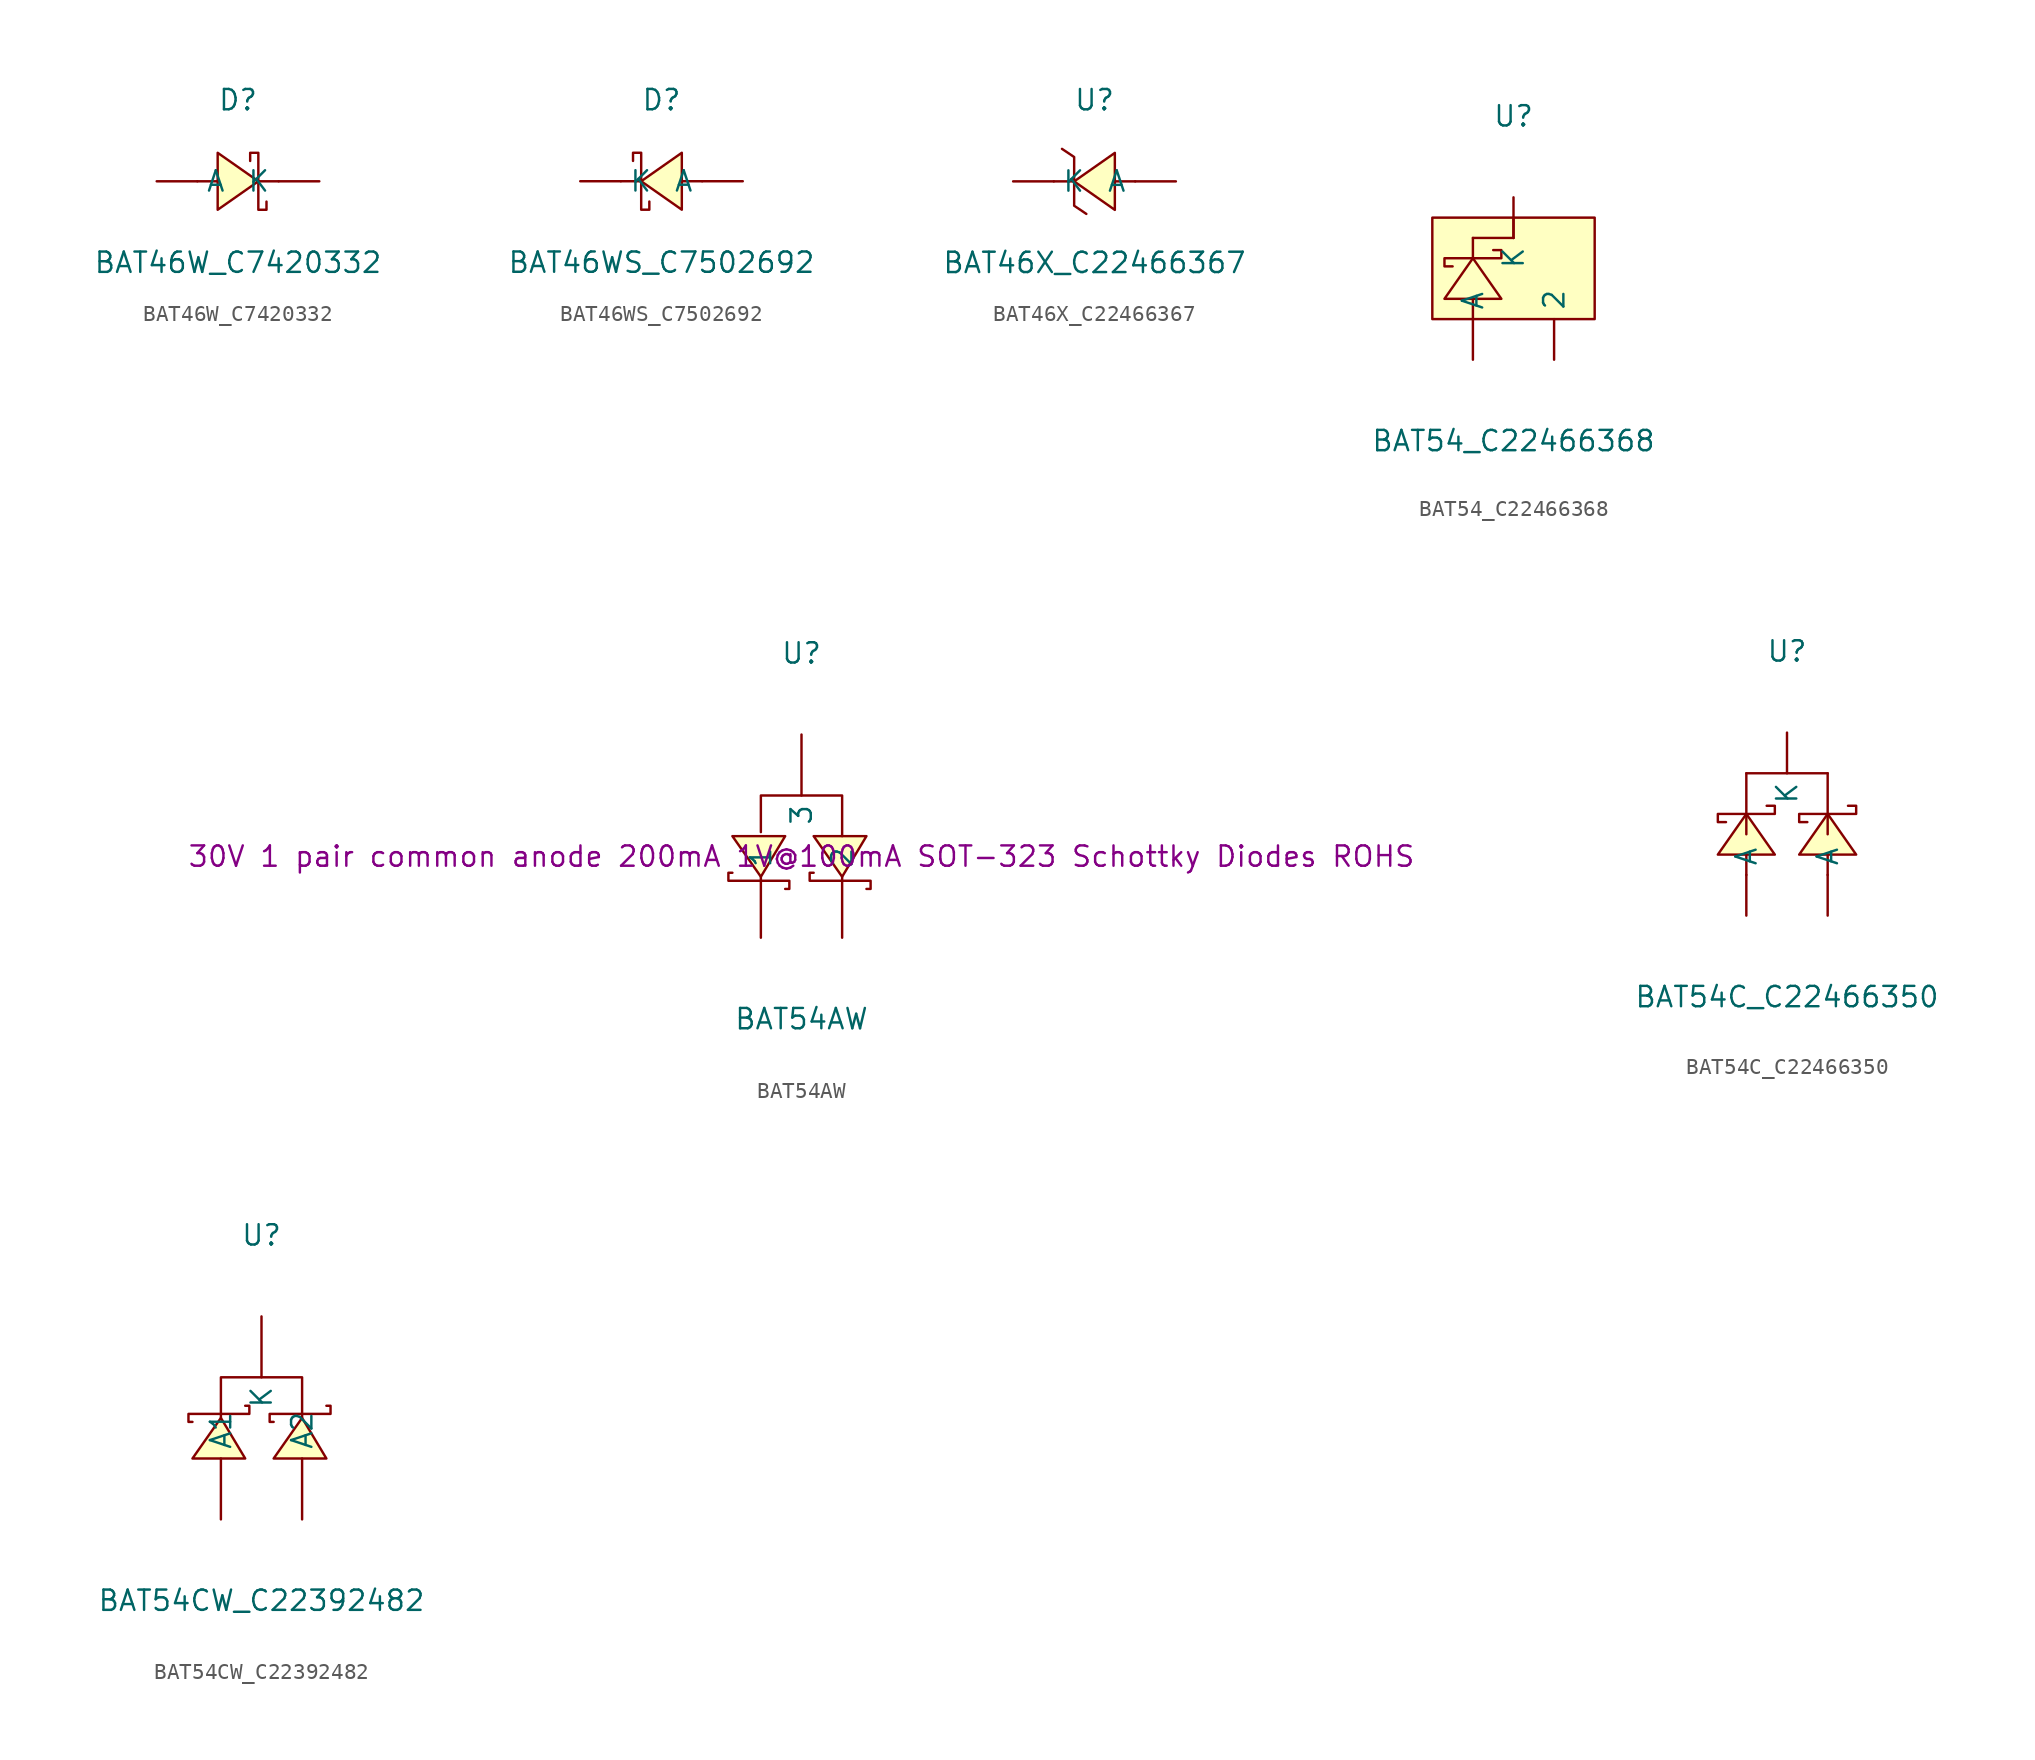
<source format=kicad_sym>
(kicad_symbol_lib
  (version 20241209)
  (generator "kicad_symbol_editor")
  (generator_version "9.0")
  (symbol "BAT46W_C7420332"
    (pin_numbers
      (hide yes))
    (property "Reference" "D"
      (at 0 5.08 0)
      (effects (font (size 1.27 1.27))))
    (property "Value" "BAT46W_C7420332"
      (at 0 -5.08 0)
      (effects (font (size 1.27 1.27))))
    (symbol "BAT46W_C7420332_0_1"
      (polyline (pts (xy -2.54 0) (xy -1.27 0)) (stroke (width 0) (type default)) (fill (type none)))
      (polyline (pts (xy -1.27 -1.78) (xy 1.27 0) (xy -1.27 1.78) (xy -1.27 -1.78)) (stroke (width 0) (type default)) (fill (type background)))
      (polyline (pts (xy 1.27 0) (xy 2.54 0)) (stroke (width 0) (type default)) (fill (type none)))
      (polyline (pts (xy 1.78 -1.27) (xy 1.78 -1.78) (xy 1.27 -1.78) (xy 1.27 1.78) (xy 0.76 1.78) (xy 0.76 1.27)) (stroke (width 0) (type default)) (fill (type none)))
      (pin unspecified line (at -5.08 0 0) (length 2.54) (name "A" (effects (font (size 1.27 1.27)))) (number "1" (effects (font (size 1.27 1.27)))))
      (pin unspecified line (at 5.08 0 180) (length 2.54) (name "K" (effects (font (size 1.27 1.27)))) (number "2" (effects (font (size 1.27 1.27)))))))
  (symbol "BAT46WS_C7502692"
    (pin_numbers
      (hide yes))
    (property "Reference" "D"
      (at 0 5.08 0)
      (effects (font (size 1.27 1.27))))
    (property "Value" "BAT46WS_C7502692"
      (at 0 -5.08 0)
      (effects (font (size 1.27 1.27))))
    (symbol "BAT46WS_C7502692_0_1"
      (polyline (pts (xy -1.78 1.27) (xy -1.78 1.78) (xy -1.27 1.78) (xy -1.27 -1.78) (xy -0.76 -1.78) (xy -0.76 -1.27)) (stroke (width 0) (type default)) (fill (type none)))
      (polyline (pts (xy -1.27 0) (xy -2.54 0)) (stroke (width 0) (type default)) (fill (type none)))
      (polyline (pts (xy 1.27 1.78) (xy -1.27 0) (xy 1.27 -1.78) (xy 1.27 1.78)) (stroke (width 0) (type default)) (fill (type background)))
      (polyline (pts (xy 2.54 0) (xy 1.27 0)) (stroke (width 0) (type default)) (fill (type none)))
      (pin unspecified line (at -5.08 0 0) (length 2.54) (name "K" (effects (font (size 1.27 1.27)))) (number "1" (effects (font (size 1.27 1.27)))))
      (pin unspecified line (at 5.08 0 180) (length 2.54) (name "A" (effects (font (size 1.27 1.27)))) (number "2" (effects (font (size 1.27 1.27)))))))
  (symbol "BAT46X_C22466367"
    (pin_numbers
      (hide yes))
    (property "Reference" "U"
      (at 0 5.08 0)
      (effects (font (size 1.27 1.27))))
    (property "Value" "BAT46X_C22466367"
      (at 0 -5.08 0)
      (effects (font (size 1.27 1.27))))
    (symbol "BAT46X_C22466367_0_1"
      (polyline (pts (xy -2.03 2.03) (xy -1.27 1.52) (xy -1.27 -1.52) (xy -0.51 -2.03)) (stroke (width 0) (type default)) (fill (type none)))
      (polyline (pts (xy -1.27 0) (xy -2.54 0)) (stroke (width 0) (type default)) (fill (type none)))
      (polyline (pts (xy 1.27 1.78) (xy -1.27 0) (xy 1.27 -1.78) (xy 1.27 1.78)) (stroke (width 0) (type default)) (fill (type background)))
      (polyline (pts (xy 2.54 0) (xy 1.27 0)) (stroke (width 0) (type default)) (fill (type none)))
      (pin unspecified line (at -5.08 0 0) (length 2.54) (name "K" (effects (font (size 1.27 1.27)))) (number "1" (effects (font (size 1.27 1.27)))))
      (pin unspecified line (at 5.08 0 180) (length 2.54) (name "A" (effects (font (size 1.27 1.27)))) (number "2" (effects (font (size 1.27 1.27)))))))
  (symbol "BAT54_C22466368"
    (pin_numbers
      (hide yes))
    (property "Reference" "U"
      (at 0 10.16 0)
      (effects (font (size 1.27 1.27))))
    (property "Value" "BAT54_C22466368"
      (at 0 -10.16 0)
      (effects (font (size 1.27 1.27))))
    (symbol "BAT54_C22466368_0_1"
      (rectangle (start -5.08 3.81) (end 5.08 -2.54) (stroke (width 0) (type default)) (fill (type background)))
      (polyline (pts (xy -2.54 2.54) (xy 0 2.54)) (stroke (width 0) (type default)) (fill (type none)))
      (polyline (pts (xy -2.54 1.27) (xy -2.54 2.54)) (stroke (width 0) (type default)) (fill (type none)))
      (polyline (pts (xy -2.54 -2.54) (xy -2.54 -1.27)) (stroke (width 0) (type default)) (fill (type none)))
      (polyline (pts (xy -1.27 1.78) (xy -0.76 1.78) (xy -0.76 1.27) (xy -4.32 1.27) (xy -4.32 0.76) (xy -3.81 0.76)) (stroke (width 0) (type default)) (fill (type none)))
      (polyline (pts (xy -0.76 -1.27) (xy -2.54 1.27) (xy -4.32 -1.27) (xy -0.76 -1.27)) (stroke (width 0) (type default)) (fill (type background)))
      (polyline (pts (xy 0 3.81) (xy 0 2.54)) (stroke (width 0) (type default)) (fill (type none)))
      (pin unspecified line (at -2.54 -5.08 90) (length 2.54) (name "A" (effects (font (size 1.27 1.27)))) (number "1" (effects (font (size 1.27 1.27)))))
      (pin unspecified line (at 0 5.08 270) (length 2.54) (name "K" (effects (font (size 1.27 1.27)))) (number "3" (effects (font (size 1.27 1.27)))))
      (pin unspecified line (at 2.54 -5.08 90) (length 2.54) (name "2" (effects (font (size 1.27 1.27)))) (number "2" (effects (font (size 1.27 1.27)))))))
  (symbol "BAT54AW"
    (pin_numbers
      (hide yes))
    (property "Reference" "U"
      (at 0 12.7 0)
      (effects (font (size 1.27 1.27))))
    (property "Value" "BAT54AW"
      (at 0 -10.16 0)
      (effects (font (size 1.27 1.27))))
    (property "Description" "30V 1 pair common anode 200mA 1V@100mA SOT-323 Schottky Diodes ROHS"
      (at 0 0 0)
      (effects (font (size 1.27 1.27))))
    (symbol "BAT54AW_0_1"
      (polyline (pts (xy -2.54 1.52) (xy -2.54 3.81) (xy 2.54 3.81) (xy 2.54 1.27)) (stroke (width 0) (type default)) (fill (type none)))
      (polyline (pts (xy -1.02 1.27) (xy -2.54 -1.27) (xy -4.32 1.27) (xy -1.02 1.27)) (stroke (width 0) (type default)) (fill (type background)))
      (polyline (pts (xy -1.02 -2.03) (xy -0.76 -2.03) (xy -0.76 -1.52) (xy -4.57 -1.52) (xy -4.57 -1.02) (xy -4.32 -1.02)) (stroke (width 0) (type default)) (fill (type none)))
      (polyline (pts (xy 4.06 1.27) (xy 2.54 -1.27) (xy 0.76 1.27) (xy 4.06 1.27)) (stroke (width 0) (type default)) (fill (type background)))
      (polyline (pts (xy 4.06 -2.03) (xy 4.32 -2.03) (xy 4.32 -1.52) (xy 0.51 -1.52) (xy 0.51 -1.02) (xy 0.76 -1.02)) (stroke (width 0) (type default)) (fill (type none)))
      (pin unspecified line (at -2.54 -5.08 90) (length 3.81) (name "1" (effects (font (size 1.27 1.27)))) (number "1" (effects (font (size 1.27 1.27)))))
      (pin unspecified line (at 0 7.62 270) (length 3.81) (name "3" (effects (font (size 1.27 1.27)))) (number "3" (effects (font (size 1.27 1.27)))))
      (pin unspecified line (at 2.54 -5.08 90) (length 3.81) (name "2" (effects (font (size 1.27 1.27)))) (number "2" (effects (font (size 1.27 1.27)))))))
  (symbol "BAT54C_C22466350"
    (pin_numbers
      (hide yes))
    (property "Reference" "U"
      (at 0 10.16 0)
      (effects (font (size 1.27 1.27))))
    (property "Value" "BAT54C_C22466350"
      (at 0 -11.43 0)
      (effects (font (size 1.27 1.27))))
    (symbol "BAT54C_C22466350_0_1"
      (polyline (pts (xy -2.54 -1.27) (xy -2.54 2.54)) (stroke (width 0) (type default)) (fill (type none)))
      (polyline (pts (xy -2.54 -3.81) (xy -2.54 -2.54)) (stroke (width 0) (type default)) (fill (type none)))
      (polyline (pts (xy -1.27 0.51) (xy -0.76 0.51) (xy -0.76 0) (xy -4.32 0) (xy -4.32 -0.51) (xy -3.81 -0.51)) (stroke (width 0) (type default)) (fill (type none)))
      (polyline (pts (xy -0.76 -2.54) (xy -2.54 0) (xy -4.32 -2.54) (xy -0.76 -2.54)) (stroke (width 0) (type default)) (fill (type background)))
      (polyline (pts (xy 2.54 2.54) (xy -2.54 2.54)) (stroke (width 0) (type default)) (fill (type none)))
      (polyline (pts (xy 2.54 -1.27) (xy 2.54 2.54)) (stroke (width 0) (type default)) (fill (type none)))
      (polyline (pts (xy 2.54 -3.81) (xy 2.54 -2.54)) (stroke (width 0) (type default)) (fill (type none)))
      (polyline (pts (xy 3.81 0.51) (xy 4.32 0.51) (xy 4.32 0) (xy 0.76 0) (xy 0.76 -0.51) (xy 1.27 -0.51)) (stroke (width 0) (type default)) (fill (type none)))
      (polyline (pts (xy 4.32 -2.54) (xy 2.54 0) (xy 0.76 -2.54) (xy 4.32 -2.54)) (stroke (width 0) (type default)) (fill (type background)))
      (pin unspecified line (at -2.54 -6.35 90) (length 2.54) (name "A" (effects (font (size 1.27 1.27)))) (number "1" (effects (font (size 1.27 1.27)))))
      (pin unspecified line (at 0 5.08 270) (length 2.54) (name "K" (effects (font (size 1.27 1.27)))) (number "3" (effects (font (size 1.27 1.27)))))
      (pin unspecified line (at 2.54 -6.35 90) (length 2.54) (name "A" (effects (font (size 1.27 1.27)))) (number "2" (effects (font (size 1.27 1.27)))))))
  (symbol "BAT54CW_C22392482"
    (pin_numbers
      (hide yes))
    (property "Reference" "U"
      (at 0 12.7 0)
      (effects (font (size 1.27 1.27))))
    (property "Value" "BAT54CW_C22392482"
      (at 0 -10.16 0)
      (effects (font (size 1.27 1.27))))
    (symbol "BAT54CW_C22392482_0_1"
      (polyline (pts (xy -2.54 1.27) (xy -2.54 3.81) (xy 2.54 3.81) (xy 2.54 1.27)) (stroke (width 0) (type default)) (fill (type none)))
      (polyline (pts (xy -1.02 2.03) (xy -0.76 2.03) (xy -0.76 1.52) (xy -4.57 1.52) (xy -4.57 1.02) (xy -4.32 1.02)) (stroke (width 0) (type default)) (fill (type none)))
      (polyline (pts (xy -1.02 -1.27) (xy -2.54 1.27) (xy -4.32 -1.27) (xy -1.02 -1.27)) (stroke (width 0) (type default)) (fill (type background)))
      (polyline (pts (xy 4.06 2.03) (xy 4.32 2.03) (xy 4.32 1.52) (xy 0.51 1.52) (xy 0.51 1.02) (xy 0.76 1.02)) (stroke (width 0) (type default)) (fill (type none)))
      (polyline (pts (xy 4.06 -1.27) (xy 2.54 1.27) (xy 0.76 -1.27) (xy 4.06 -1.27)) (stroke (width 0) (type default)) (fill (type background)))
      (pin unspecified line (at -2.54 -5.08 90) (length 3.81) (name "A1" (effects (font (size 1.27 1.27)))) (number "1" (effects (font (size 1.27 1.27)))))
      (pin unspecified line (at 0 7.62 270) (length 3.81) (name "K" (effects (font (size 1.27 1.27)))) (number "3" (effects (font (size 1.27 1.27)))))
      (pin unspecified line (at 2.54 -5.08 90) (length 3.81) (name "A2" (effects (font (size 1.27 1.27)))) (number "2" (effects (font (size 1.27 1.27))))))))
</source>
